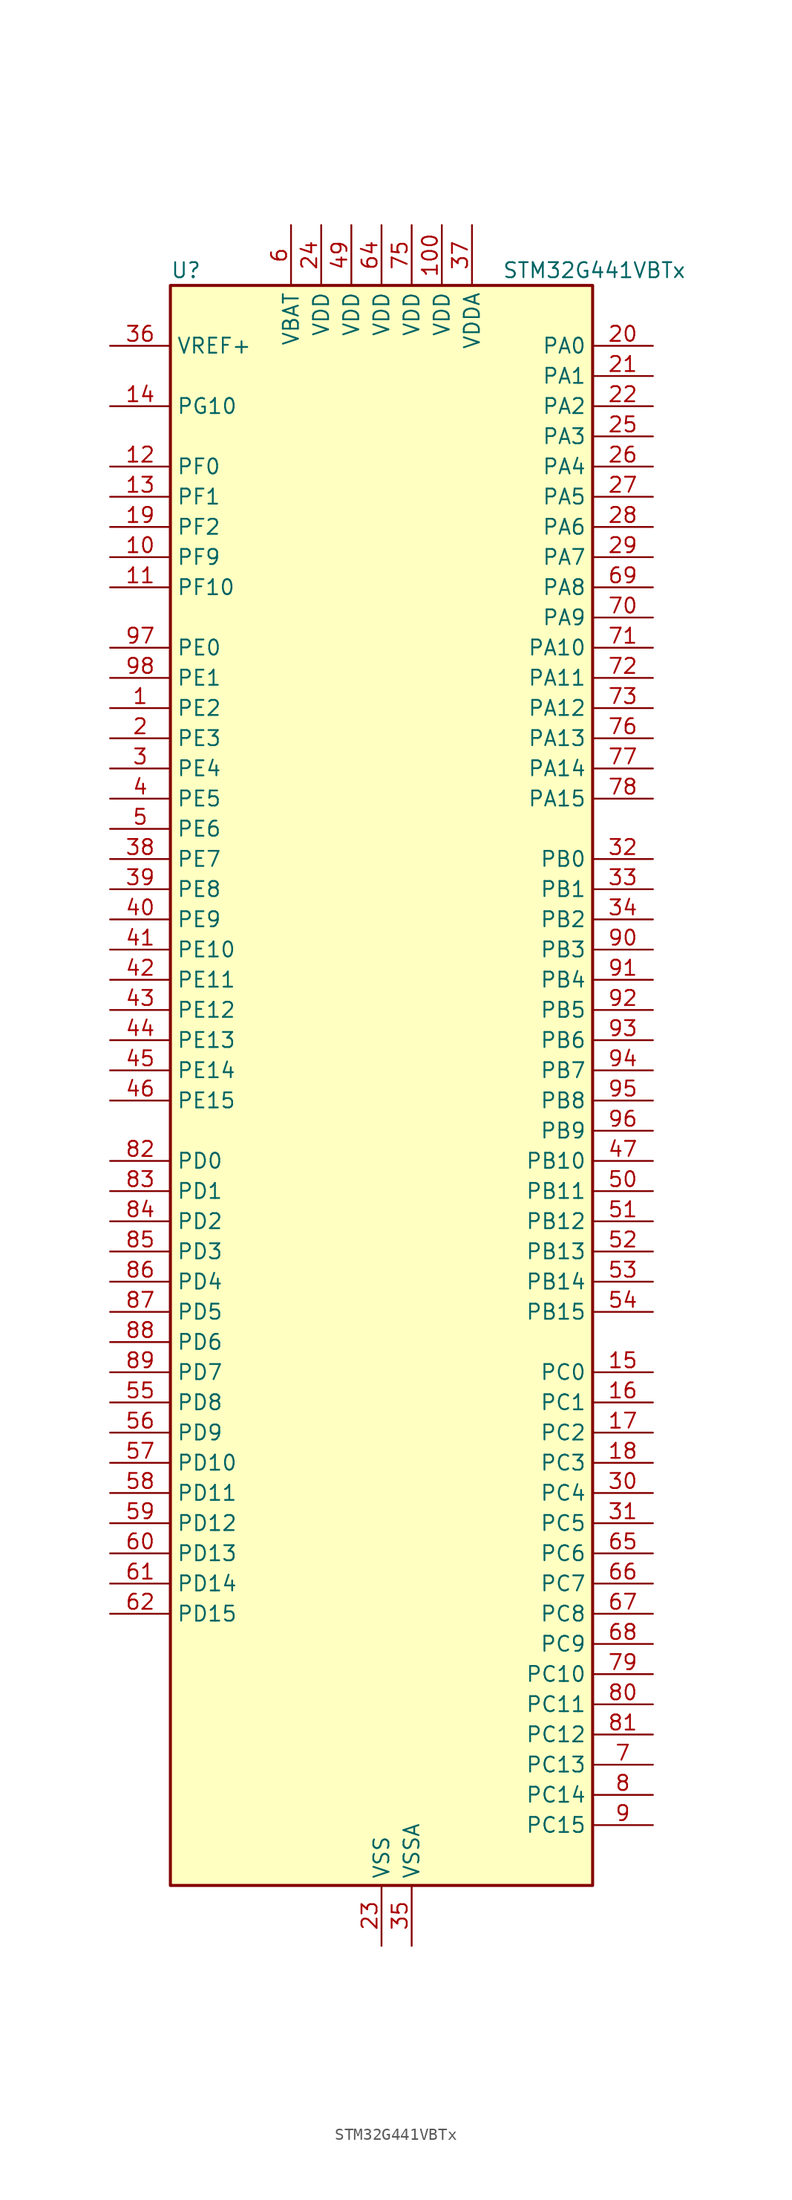
<source format=kicad_sym>
(kicad_symbol_lib
  (version 20241209)
  (generator "kicad_symbol_editor")
  (generator_version "9.0")
  (symbol "STM32G441VBTx"
    (property "Reference" "U"
      (at -17.78 69.85 0)
      (effects (font (size 1.27 1.27)) (justify left)))
    (property "Value" "STM32G441VBTx"
      (at 10.16 69.85 0)
      (effects (font (size 1.27 1.27)) (justify left)))
    (symbol "STM32G441VBTx_0_1"
      (rectangle (start -17.78 -66.04) (end 17.78 68.58) (stroke (width 0.254) (type default)) (fill (type background))))
    (symbol "STM32G441VBTx_1_1"
      (pin input line (at -22.86 63.5 0) (length 5.08) (name "VREF+" (effects (font (size 1.27 1.27)))) (number "36" (effects (font (size 1.27 1.27)))) (alternate "VREFBUF_OUT" bidirectional line))
      (pin bidirectional line (at -22.86 58.42 0) (length 5.08) (name "PG10" (effects (font (size 1.27 1.27)))) (number "14" (effects (font (size 1.27 1.27)))) (alternate "DAC1_EXTI10" bidirectional line) (alternate "DAC3_EXTI10" bidirectional line) (alternate "RCC_MCO" bidirectional line))
      (pin bidirectional line (at -22.86 53.34 0) (length 5.08) (name "PF0" (effects (font (size 1.27 1.27)))) (number "12" (effects (font (size 1.27 1.27)))) (alternate "ADC1_IN10" bidirectional line) (alternate "I2C2_SDA" bidirectional line) (alternate "I2S2_WS" bidirectional line) (alternate "RCC_OSC_IN" bidirectional line) (alternate "SPI2_NSS" bidirectional line) (alternate "TIM1_CH3N" bidirectional line))
      (pin bidirectional line (at -22.86 50.8 0) (length 5.08) (name "PF1" (effects (font (size 1.27 1.27)))) (number "13" (effects (font (size 1.27 1.27)))) (alternate "ADC2_IN10" bidirectional line) (alternate "COMP3_INM" bidirectional line) (alternate "I2S2_CK" bidirectional line) (alternate "RCC_OSC_OUT" bidirectional line) (alternate "SPI2_SCK" bidirectional line))
      (pin bidirectional line (at -22.86 48.26 0) (length 5.08) (name "PF2" (effects (font (size 1.27 1.27)))) (number "19" (effects (font (size 1.27 1.27)))) (alternate "I2C2_SMBA" bidirectional line))
      (pin bidirectional line (at -22.86 45.72 0) (length 5.08) (name "PF9" (effects (font (size 1.27 1.27)))) (number "10" (effects (font (size 1.27 1.27)))) (alternate "DAC1_EXTI9" bidirectional line) (alternate "DAC3_EXTI9" bidirectional line) (alternate "SAI1_FS_B" bidirectional line) (alternate "SPI2_SCK" bidirectional line) (alternate "TIM15_CH1" bidirectional line))
      (pin bidirectional line (at -22.86 43.18 0) (length 5.08) (name "PF10" (effects (font (size 1.27 1.27)))) (number "11" (effects (font (size 1.27 1.27)))) (alternate "DAC1_EXTI10" bidirectional line) (alternate "DAC3_EXTI10" bidirectional line) (alternate "SAI1_D3" bidirectional line) (alternate "SPI2_SCK" bidirectional line) (alternate "TIM15_CH2" bidirectional line))
      (pin bidirectional line (at -22.86 38.1 0) (length 5.08) (name "PE0" (effects (font (size 1.27 1.27)))) (number "97" (effects (font (size 1.27 1.27)))) (alternate "TIM16_CH1" bidirectional line) (alternate "TIM4_ETR" bidirectional line) (alternate "USART1_TX" bidirectional line))
      (pin bidirectional line (at -22.86 35.56 0) (length 5.08) (name "PE1" (effects (font (size 1.27 1.27)))) (number "98" (effects (font (size 1.27 1.27)))) (alternate "TIM17_CH1" bidirectional line) (alternate "USART1_RX" bidirectional line))
      (pin bidirectional line (at -22.86 33.02 0) (length 5.08) (name "PE2" (effects (font (size 1.27 1.27)))) (number "1" (effects (font (size 1.27 1.27)))) (alternate "SAI1_CK1" bidirectional line) (alternate "SAI1_MCLK_A" bidirectional line) (alternate "SYS_TRACECLK" bidirectional line) (alternate "TIM3_CH1" bidirectional line))
      (pin bidirectional line (at -22.86 30.48 0) (length 5.08) (name "PE3" (effects (font (size 1.27 1.27)))) (number "2" (effects (font (size 1.27 1.27)))) (alternate "SAI1_SD_B" bidirectional line) (alternate "SYS_TRACED0" bidirectional line) (alternate "TIM3_CH2" bidirectional line))
      (pin bidirectional line (at -22.86 27.94 0) (length 5.08) (name "PE4" (effects (font (size 1.27 1.27)))) (number "3" (effects (font (size 1.27 1.27)))) (alternate "SAI1_D2" bidirectional line) (alternate "SAI1_FS_A" bidirectional line) (alternate "SYS_TRACED1" bidirectional line) (alternate "TIM3_CH3" bidirectional line))
      (pin bidirectional line (at -22.86 25.4 0) (length 5.08) (name "PE5" (effects (font (size 1.27 1.27)))) (number "4" (effects (font (size 1.27 1.27)))) (alternate "SAI1_CK2" bidirectional line) (alternate "SAI1_SCK_A" bidirectional line) (alternate "SYS_TRACED2" bidirectional line) (alternate "TIM3_CH4" bidirectional line))
      (pin bidirectional line (at -22.86 22.86 0) (length 5.08) (name "PE6" (effects (font (size 1.27 1.27)))) (number "5" (effects (font (size 1.27 1.27)))) (alternate "RTC_TAMP3" bidirectional line) (alternate "SAI1_D1" bidirectional line) (alternate "SAI1_SD_A" bidirectional line) (alternate "SYS_TRACED3" bidirectional line) (alternate "SYS_WKUP3" bidirectional line))
      (pin bidirectional line (at -22.86 20.32 0) (length 5.08) (name "PE7" (effects (font (size 1.27 1.27)))) (number "38" (effects (font (size 1.27 1.27)))) (alternate "COMP4_INP" bidirectional line) (alternate "SAI1_SD_B" bidirectional line) (alternate "TIM1_ETR" bidirectional line))
      (pin bidirectional line (at -22.86 17.78 0) (length 5.08) (name "PE8" (effects (font (size 1.27 1.27)))) (number "39" (effects (font (size 1.27 1.27)))) (alternate "COMP4_INM" bidirectional line) (alternate "SAI1_SCK_B" bidirectional line) (alternate "TIM1_CH1N" bidirectional line))
      (pin bidirectional line (at -22.86 15.24 0) (length 5.08) (name "PE9" (effects (font (size 1.27 1.27)))) (number "40" (effects (font (size 1.27 1.27)))) (alternate "DAC1_EXTI9" bidirectional line) (alternate "DAC3_EXTI9" bidirectional line) (alternate "SAI1_FS_B" bidirectional line) (alternate "TIM1_CH1" bidirectional line))
      (pin bidirectional line (at -22.86 12.7 0) (length 5.08) (name "PE10" (effects (font (size 1.27 1.27)))) (number "41" (effects (font (size 1.27 1.27)))) (alternate "DAC1_EXTI10" bidirectional line) (alternate "DAC3_EXTI10" bidirectional line) (alternate "SAI1_MCLK_B" bidirectional line) (alternate "TIM1_CH2N" bidirectional line))
      (pin bidirectional line (at -22.86 10.16 0) (length 5.08) (name "PE11" (effects (font (size 1.27 1.27)))) (number "42" (effects (font (size 1.27 1.27)))) (alternate "ADC1_EXTI11" bidirectional line) (alternate "ADC2_EXTI11" bidirectional line) (alternate "TIM1_CH2" bidirectional line))
      (pin bidirectional line (at -22.86 7.62 0) (length 5.08) (name "PE12" (effects (font (size 1.27 1.27)))) (number "43" (effects (font (size 1.27 1.27)))) (alternate "TIM1_CH3N" bidirectional line))
      (pin bidirectional line (at -22.86 5.08 0) (length 5.08) (name "PE13" (effects (font (size 1.27 1.27)))) (number "44" (effects (font (size 1.27 1.27)))) (alternate "TIM1_CH3" bidirectional line))
      (pin bidirectional line (at -22.86 2.54 0) (length 5.08) (name "PE14" (effects (font (size 1.27 1.27)))) (number "45" (effects (font (size 1.27 1.27)))) (alternate "TIM1_BKIN2" bidirectional line) (alternate "TIM1_CH4" bidirectional line))
      (pin bidirectional line (at -22.86 0 0) (length 5.08) (name "PE15" (effects (font (size 1.27 1.27)))) (number "46" (effects (font (size 1.27 1.27)))) (alternate "ADC1_EXTI15" bidirectional line) (alternate "ADC2_EXTI15" bidirectional line) (alternate "TIM1_BKIN" bidirectional line) (alternate "TIM1_CH4N" bidirectional line) (alternate "USART3_RX" bidirectional line))
      (pin bidirectional line (at -22.86 -5.08 0) (length 5.08) (name "PD0" (effects (font (size 1.27 1.27)))) (number "82" (effects (font (size 1.27 1.27)))) (alternate "FDCAN1_RX" bidirectional line) (alternate "TIM8_CH4N" bidirectional line))
      (pin bidirectional line (at -22.86 -7.62 0) (length 5.08) (name "PD1" (effects (font (size 1.27 1.27)))) (number "83" (effects (font (size 1.27 1.27)))) (alternate "FDCAN1_TX" bidirectional line) (alternate "TIM8_BKIN2" bidirectional line) (alternate "TIM8_CH4" bidirectional line))
      (pin bidirectional line (at -22.86 -10.16 0) (length 5.08) (name "PD2" (effects (font (size 1.27 1.27)))) (number "84" (effects (font (size 1.27 1.27)))) (alternate "TIM3_ETR" bidirectional line) (alternate "TIM8_BKIN" bidirectional line))
      (pin bidirectional line (at -22.86 -12.7 0) (length 5.08) (name "PD3" (effects (font (size 1.27 1.27)))) (number "85" (effects (font (size 1.27 1.27)))) (alternate "TIM2_CH1" bidirectional line) (alternate "TIM2_ETR" bidirectional line) (alternate "USART2_CTS" bidirectional line) (alternate "USART2_NSS" bidirectional line))
      (pin bidirectional line (at -22.86 -15.24 0) (length 5.08) (name "PD4" (effects (font (size 1.27 1.27)))) (number "86" (effects (font (size 1.27 1.27)))) (alternate "TIM2_CH2" bidirectional line) (alternate "USART2_DE" bidirectional line) (alternate "USART2_RTS" bidirectional line))
      (pin bidirectional line (at -22.86 -17.78 0) (length 5.08) (name "PD5" (effects (font (size 1.27 1.27)))) (number "87" (effects (font (size 1.27 1.27)))) (alternate "USART2_TX" bidirectional line))
      (pin bidirectional line (at -22.86 -20.32 0) (length 5.08) (name "PD6" (effects (font (size 1.27 1.27)))) (number "88" (effects (font (size 1.27 1.27)))) (alternate "SAI1_D1" bidirectional line) (alternate "SAI1_SD_A" bidirectional line) (alternate "TIM2_CH4" bidirectional line) (alternate "USART2_RX" bidirectional line))
      (pin bidirectional line (at -22.86 -22.86 0) (length 5.08) (name "PD7" (effects (font (size 1.27 1.27)))) (number "89" (effects (font (size 1.27 1.27)))) (alternate "TIM2_CH3" bidirectional line) (alternate "USART2_CK" bidirectional line))
      (pin bidirectional line (at -22.86 -25.4 0) (length 5.08) (name "PD8" (effects (font (size 1.27 1.27)))) (number "55" (effects (font (size 1.27 1.27)))) (alternate "USART3_TX" bidirectional line))
      (pin bidirectional line (at -22.86 -27.94 0) (length 5.08) (name "PD9" (effects (font (size 1.27 1.27)))) (number "56" (effects (font (size 1.27 1.27)))) (alternate "DAC1_EXTI9" bidirectional line) (alternate "DAC3_EXTI9" bidirectional line) (alternate "USART3_RX" bidirectional line))
      (pin bidirectional line (at -22.86 -30.48 0) (length 5.08) (name "PD10" (effects (font (size 1.27 1.27)))) (number "57" (effects (font (size 1.27 1.27)))) (alternate "DAC1_EXTI10" bidirectional line) (alternate "DAC3_EXTI10" bidirectional line) (alternate "USART3_CK" bidirectional line))
      (pin bidirectional line (at -22.86 -33.02 0) (length 5.08) (name "PD11" (effects (font (size 1.27 1.27)))) (number "58" (effects (font (size 1.27 1.27)))) (alternate "ADC1_EXTI11" bidirectional line) (alternate "ADC2_EXTI11" bidirectional line) (alternate "USART3_CTS" bidirectional line) (alternate "USART3_NSS" bidirectional line))
      (pin bidirectional line (at -22.86 -35.56 0) (length 5.08) (name "PD12" (effects (font (size 1.27 1.27)))) (number "59" (effects (font (size 1.27 1.27)))) (alternate "TIM4_CH1" bidirectional line) (alternate "USART3_DE" bidirectional line) (alternate "USART3_RTS" bidirectional line))
      (pin bidirectional line (at -22.86 -38.1 0) (length 5.08) (name "PD13" (effects (font (size 1.27 1.27)))) (number "60" (effects (font (size 1.27 1.27)))) (alternate "TIM4_CH2" bidirectional line))
      (pin bidirectional line (at -22.86 -40.64 0) (length 5.08) (name "PD14" (effects (font (size 1.27 1.27)))) (number "61" (effects (font (size 1.27 1.27)))) (alternate "OPAMP2_VINP" bidirectional line) (alternate "OPAMP2_VINP_SEC" bidirectional line) (alternate "TIM4_CH3" bidirectional line))
      (pin bidirectional line (at -22.86 -43.18 0) (length 5.08) (name "PD15" (effects (font (size 1.27 1.27)))) (number "62" (effects (font (size 1.27 1.27)))) (alternate "ADC1_EXTI15" bidirectional line) (alternate "ADC2_EXTI15" bidirectional line) (alternate "SPI2_NSS" bidirectional line) (alternate "TIM4_CH4" bidirectional line))
      (pin power_in line (at -7.62 73.66 270) (length 5.08) (name "VBAT" (effects (font (size 1.27 1.27)))) (number "6" (effects (font (size 1.27 1.27)))))
      (pin power_in line (at -5.08 73.66 270) (length 5.08) (name "VDD" (effects (font (size 1.27 1.27)))) (number "24" (effects (font (size 1.27 1.27)))))
      (pin power_in line (at -2.54 73.66 270) (length 5.08) (name "VDD" (effects (font (size 1.27 1.27)))) (number "49" (effects (font (size 1.27 1.27)))))
      (pin power_in line (at 0 73.66 270) (length 5.08) (name "VDD" (effects (font (size 1.27 1.27)))) (number "64" (effects (font (size 1.27 1.27)))))
      (pin power_in line (at 0 -71.12 90) (length 5.08) (name "VSS" (effects (font (size 1.27 1.27)))) (number "23" (effects (font (size 1.27 1.27)))))
      (pin passive line (at 0 -71.12 90) (length 5.08) (hide yes) (name "VSS" (effects (font (size 1.27 1.27)))) (number "48" (effects (font (size 1.27 1.27)))))
      (pin passive line (at 0 -71.12 90) (length 5.08) (hide yes) (name "VSS" (effects (font (size 1.27 1.27)))) (number "63" (effects (font (size 1.27 1.27)))))
      (pin passive line (at 0 -71.12 90) (length 5.08) (hide yes) (name "VSS" (effects (font (size 1.27 1.27)))) (number "74" (effects (font (size 1.27 1.27)))))
      (pin passive line (at 0 -71.12 90) (length 5.08) (hide yes) (name "VSS" (effects (font (size 1.27 1.27)))) (number "99" (effects (font (size 1.27 1.27)))))
      (pin power_in line (at 2.54 73.66 270) (length 5.08) (name "VDD" (effects (font (size 1.27 1.27)))) (number "75" (effects (font (size 1.27 1.27)))))
      (pin power_in line (at 2.54 -71.12 90) (length 5.08) (name "VSSA" (effects (font (size 1.27 1.27)))) (number "35" (effects (font (size 1.27 1.27)))))
      (pin power_in line (at 5.08 73.66 270) (length 5.08) (name "VDD" (effects (font (size 1.27 1.27)))) (number "100" (effects (font (size 1.27 1.27)))))
      (pin power_in line (at 7.62 73.66 270) (length 5.08) (name "VDDA" (effects (font (size 1.27 1.27)))) (number "37" (effects (font (size 1.27 1.27)))))
      (pin bidirectional line (at 22.86 63.5 180) (length 5.08) (name "PA0" (effects (font (size 1.27 1.27)))) (number "20" (effects (font (size 1.27 1.27)))) (alternate "ADC1_IN1" bidirectional line) (alternate "ADC2_IN1" bidirectional line) (alternate "COMP1_INM" bidirectional line) (alternate "COMP1_OUT" bidirectional line) (alternate "COMP3_INP" bidirectional line) (alternate "RTC_TAMP2" bidirectional line) (alternate "SYS_WKUP1" bidirectional line) (alternate "TIM2_CH1" bidirectional line) (alternate "TIM2_ETR" bidirectional line) (alternate "TIM8_BKIN" bidirectional line) (alternate "TIM8_ETR" bidirectional line) (alternate "USART2_CTS" bidirectional line) (alternate "USART2_NSS" bidirectional line))
      (pin bidirectional line (at 22.86 60.96 180) (length 5.08) (name "PA1" (effects (font (size 1.27 1.27)))) (number "21" (effects (font (size 1.27 1.27)))) (alternate "ADC1_IN2" bidirectional line) (alternate "ADC2_IN2" bidirectional line) (alternate "COMP1_INP" bidirectional line) (alternate "OPAMP1_VINP" bidirectional line) (alternate "OPAMP1_VINP_SEC" bidirectional line) (alternate "OPAMP3_VINP" bidirectional line) (alternate "OPAMP3_VINP_SEC" bidirectional line) (alternate "RTC_REFIN" bidirectional line) (alternate "TIM15_CH1N" bidirectional line) (alternate "TIM2_CH2" bidirectional line) (alternate "USART2_DE" bidirectional line) (alternate "USART2_RTS" bidirectional line))
      (pin bidirectional line (at 22.86 58.42 180) (length 5.08) (name "PA2" (effects (font (size 1.27 1.27)))) (number "22" (effects (font (size 1.27 1.27)))) (alternate "ADC1_IN3" bidirectional line) (alternate "COMP2_INM" bidirectional line) (alternate "COMP2_OUT" bidirectional line) (alternate "LPUART1_TX" bidirectional line) (alternate "OPAMP1_VOUT" bidirectional line) (alternate "RCC_LSCO" bidirectional line) (alternate "SYS_WKUP4" bidirectional line) (alternate "TIM15_CH1" bidirectional line) (alternate "TIM2_CH3" bidirectional line) (alternate "UCPD1_FRSTX1" bidirectional line) (alternate "UCPD1_FRSTX2" bidirectional line) (alternate "USART2_TX" bidirectional line))
      (pin bidirectional line (at 22.86 55.88 180) (length 5.08) (name "PA3" (effects (font (size 1.27 1.27)))) (number "25" (effects (font (size 1.27 1.27)))) (alternate "ADC1_IN4" bidirectional line) (alternate "COMP2_INP" bidirectional line) (alternate "LPUART1_RX" bidirectional line) (alternate "OPAMP1_VINM" bidirectional line) (alternate "OPAMP1_VINM0" bidirectional line) (alternate "OPAMP1_VINM_SEC" bidirectional line) (alternate "OPAMP1_VINP" bidirectional line) (alternate "OPAMP1_VINP_SEC" bidirectional line) (alternate "SAI1_CK1" bidirectional line) (alternate "SAI1_MCLK_A" bidirectional line) (alternate "TIM15_CH2" bidirectional line) (alternate "TIM2_CH4" bidirectional line) (alternate "USART2_RX" bidirectional line))
      (pin bidirectional line (at 22.86 53.34 180) (length 5.08) (name "PA4" (effects (font (size 1.27 1.27)))) (number "26" (effects (font (size 1.27 1.27)))) (alternate "ADC2_IN17" bidirectional line) (alternate "COMP1_INM" bidirectional line) (alternate "DAC1_OUT1" bidirectional line) (alternate "I2S3_WS" bidirectional line) (alternate "SAI1_FS_B" bidirectional line) (alternate "SPI1_NSS" bidirectional line) (alternate "SPI3_NSS" bidirectional line) (alternate "TIM3_CH2" bidirectional line) (alternate "USART2_CK" bidirectional line))
      (pin bidirectional line (at 22.86 50.8 180) (length 5.08) (name "PA5" (effects (font (size 1.27 1.27)))) (number "27" (effects (font (size 1.27 1.27)))) (alternate "ADC2_IN13" bidirectional line) (alternate "COMP2_INM" bidirectional line) (alternate "DAC1_OUT2" bidirectional line) (alternate "OPAMP2_VINM" bidirectional line) (alternate "OPAMP2_VINM0" bidirectional line) (alternate "OPAMP2_VINM_SEC" bidirectional line) (alternate "SPI1_SCK" bidirectional line) (alternate "TIM2_CH1" bidirectional line) (alternate "TIM2_ETR" bidirectional line) (alternate "UCPD1_FRSTX1" bidirectional line) (alternate "UCPD1_FRSTX2" bidirectional line))
      (pin bidirectional line (at 22.86 48.26 180) (length 5.08) (name "PA6" (effects (font (size 1.27 1.27)))) (number "28" (effects (font (size 1.27 1.27)))) (alternate "ADC2_IN3" bidirectional line) (alternate "COMP1_OUT" bidirectional line) (alternate "LPUART1_CTS" bidirectional line) (alternate "OPAMP2_VOUT" bidirectional line) (alternate "SPI1_MISO" bidirectional line) (alternate "TIM16_CH1" bidirectional line) (alternate "TIM1_BKIN" bidirectional line) (alternate "TIM3_CH1" bidirectional line) (alternate "TIM8_BKIN" bidirectional line))
      (pin bidirectional line (at 22.86 45.72 180) (length 5.08) (name "PA7" (effects (font (size 1.27 1.27)))) (number "29" (effects (font (size 1.27 1.27)))) (alternate "ADC2_IN4" bidirectional line) (alternate "COMP2_INP" bidirectional line) (alternate "COMP2_OUT" bidirectional line) (alternate "OPAMP1_VINP" bidirectional line) (alternate "OPAMP1_VINP_SEC" bidirectional line) (alternate "OPAMP2_VINP" bidirectional line) (alternate "OPAMP2_VINP_SEC" bidirectional line) (alternate "SPI1_MOSI" bidirectional line) (alternate "TIM17_CH1" bidirectional line) (alternate "TIM1_CH1N" bidirectional line) (alternate "TIM3_CH2" bidirectional line) (alternate "TIM8_CH1N" bidirectional line) (alternate "UCPD1_FRSTX1" bidirectional line) (alternate "UCPD1_FRSTX2" bidirectional line))
      (pin bidirectional line (at 22.86 43.18 180) (length 5.08) (name "PA8" (effects (font (size 1.27 1.27)))) (number "69" (effects (font (size 1.27 1.27)))) (alternate "I2C2_SDA" bidirectional line) (alternate "I2C3_SCL" bidirectional line) (alternate "I2S2_MCK" bidirectional line) (alternate "RCC_MCO" bidirectional line) (alternate "SAI1_CK2" bidirectional line) (alternate "SAI1_SCK_A" bidirectional line) (alternate "TIM1_CH1" bidirectional line) (alternate "TIM4_ETR" bidirectional line) (alternate "USART1_CK" bidirectional line))
      (pin bidirectional line (at 22.86 40.64 180) (length 5.08) (name "PA9" (effects (font (size 1.27 1.27)))) (number "70" (effects (font (size 1.27 1.27)))) (alternate "DAC1_EXTI9" bidirectional line) (alternate "DAC3_EXTI9" bidirectional line) (alternate "I2C2_SCL" bidirectional line) (alternate "I2C3_SMBA" bidirectional line) (alternate "I2S3_MCK" bidirectional line) (alternate "SAI1_FS_A" bidirectional line) (alternate "TIM15_BKIN" bidirectional line) (alternate "TIM1_CH2" bidirectional line) (alternate "TIM2_CH3" bidirectional line) (alternate "UCPD1_DBCC1" bidirectional line) (alternate "USART1_TX" bidirectional line))
      (pin bidirectional line (at 22.86 38.1 180) (length 5.08) (name "PA10" (effects (font (size 1.27 1.27)))) (number "71" (effects (font (size 1.27 1.27)))) (alternate "CRS_SYNC" bidirectional line) (alternate "DAC1_EXTI10" bidirectional line) (alternate "DAC3_EXTI10" bidirectional line) (alternate "I2C2_SMBA" bidirectional line) (alternate "SAI1_D1" bidirectional line) (alternate "SAI1_SD_A" bidirectional line) (alternate "SPI2_MISO" bidirectional line) (alternate "TIM17_BKIN" bidirectional line) (alternate "TIM1_CH3" bidirectional line) (alternate "TIM2_CH4" bidirectional line) (alternate "TIM8_BKIN" bidirectional line) (alternate "UCPD1_DBCC2" bidirectional line) (alternate "USART1_RX" bidirectional line))
      (pin bidirectional line (at 22.86 35.56 180) (length 5.08) (name "PA11" (effects (font (size 1.27 1.27)))) (number "72" (effects (font (size 1.27 1.27)))) (alternate "ADC1_EXTI11" bidirectional line) (alternate "ADC2_EXTI11" bidirectional line) (alternate "COMP1_OUT" bidirectional line) (alternate "FDCAN1_RX" bidirectional line) (alternate "I2S2_SD" bidirectional line) (alternate "SPI2_MOSI" bidirectional line) (alternate "TIM1_BKIN2" bidirectional line) (alternate "TIM1_CH1N" bidirectional line) (alternate "TIM1_CH4" bidirectional line) (alternate "TIM4_CH1" bidirectional line) (alternate "USART1_CTS" bidirectional line) (alternate "USART1_NSS" bidirectional line) (alternate "USB_DM" bidirectional line))
      (pin bidirectional line (at 22.86 33.02 180) (length 5.08) (name "PA12" (effects (font (size 1.27 1.27)))) (number "73" (effects (font (size 1.27 1.27)))) (alternate "COMP2_OUT" bidirectional line) (alternate "FDCAN1_TX" bidirectional line) (alternate "I2S_CKIN" bidirectional line) (alternate "TIM16_CH1" bidirectional line) (alternate "TIM1_CH2N" bidirectional line) (alternate "TIM1_ETR" bidirectional line) (alternate "TIM4_CH2" bidirectional line) (alternate "USART1_DE" bidirectional line) (alternate "USART1_RTS" bidirectional line) (alternate "USB_DP" bidirectional line))
      (pin bidirectional line (at 22.86 30.48 180) (length 5.08) (name "PA13" (effects (font (size 1.27 1.27)))) (number "76" (effects (font (size 1.27 1.27)))) (alternate "I2C1_SCL" bidirectional line) (alternate "IR_OUT" bidirectional line) (alternate "SAI1_SD_B" bidirectional line) (alternate "SYS_JTMS-SWDIO" bidirectional line) (alternate "TIM16_CH1N" bidirectional line) (alternate "TIM4_CH3" bidirectional line) (alternate "USART3_CTS" bidirectional line) (alternate "USART3_NSS" bidirectional line))
      (pin bidirectional line (at 22.86 27.94 180) (length 5.08) (name "PA14" (effects (font (size 1.27 1.27)))) (number "77" (effects (font (size 1.27 1.27)))) (alternate "I2C1_SDA" bidirectional line) (alternate "LPTIM1_OUT" bidirectional line) (alternate "SAI1_FS_B" bidirectional line) (alternate "SYS_JTCK-SWCLK" bidirectional line) (alternate "TIM1_BKIN" bidirectional line) (alternate "TIM8_CH2" bidirectional line) (alternate "USART2_TX" bidirectional line))
      (pin bidirectional line (at 22.86 25.4 180) (length 5.08) (name "PA15" (effects (font (size 1.27 1.27)))) (number "78" (effects (font (size 1.27 1.27)))) (alternate "ADC1_EXTI15" bidirectional line) (alternate "ADC2_EXTI15" bidirectional line) (alternate "I2C1_SCL" bidirectional line) (alternate "I2S3_WS" bidirectional line) (alternate "SPI1_NSS" bidirectional line) (alternate "SPI3_NSS" bidirectional line) (alternate "SYS_JTDI" bidirectional line) (alternate "TIM1_BKIN" bidirectional line) (alternate "TIM2_CH1" bidirectional line) (alternate "TIM2_ETR" bidirectional line) (alternate "TIM8_CH1" bidirectional line) (alternate "UART4_DE" bidirectional line) (alternate "UART4_RTS" bidirectional line) (alternate "USART2_RX" bidirectional line))
      (pin bidirectional line (at 22.86 20.32 180) (length 5.08) (name "PB0" (effects (font (size 1.27 1.27)))) (number "32" (effects (font (size 1.27 1.27)))) (alternate "ADC1_IN15" bidirectional line) (alternate "COMP4_INP" bidirectional line) (alternate "OPAMP2_VINP" bidirectional line) (alternate "OPAMP2_VINP_SEC" bidirectional line) (alternate "OPAMP3_VINP" bidirectional line) (alternate "OPAMP3_VINP_SEC" bidirectional line) (alternate "TIM1_CH2N" bidirectional line) (alternate "TIM3_CH3" bidirectional line) (alternate "TIM8_CH2N" bidirectional line) (alternate "UCPD1_FRSTX1" bidirectional line) (alternate "UCPD1_FRSTX2" bidirectional line))
      (pin bidirectional line (at 22.86 17.78 180) (length 5.08) (name "PB1" (effects (font (size 1.27 1.27)))) (number "33" (effects (font (size 1.27 1.27)))) (alternate "ADC1_IN12" bidirectional line) (alternate "COMP1_INP" bidirectional line) (alternate "COMP4_OUT" bidirectional line) (alternate "LPUART1_DE" bidirectional line) (alternate "LPUART1_RTS" bidirectional line) (alternate "OPAMP3_VOUT" bidirectional line) (alternate "TIM1_CH3N" bidirectional line) (alternate "TIM3_CH4" bidirectional line) (alternate "TIM8_CH3N" bidirectional line))
      (pin bidirectional line (at 22.86 15.24 180) (length 5.08) (name "PB2" (effects (font (size 1.27 1.27)))) (number "34" (effects (font (size 1.27 1.27)))) (alternate "ADC2_IN12" bidirectional line) (alternate "COMP4_INM" bidirectional line) (alternate "I2C3_SMBA" bidirectional line) (alternate "LPTIM1_OUT" bidirectional line) (alternate "OPAMP3_VINM" bidirectional line) (alternate "OPAMP3_VINM0" bidirectional line) (alternate "OPAMP3_VINM_SEC" bidirectional line) (alternate "RTC_OUT2" bidirectional line))
      (pin bidirectional line (at 22.86 12.7 180) (length 5.08) (name "PB3" (effects (font (size 1.27 1.27)))) (number "90" (effects (font (size 1.27 1.27)))) (alternate "CRS_SYNC" bidirectional line) (alternate "I2S3_CK" bidirectional line) (alternate "SAI1_SCK_B" bidirectional line) (alternate "SPI1_SCK" bidirectional line) (alternate "SPI3_SCK" bidirectional line) (alternate "SYS_JTDO-SWO" bidirectional line) (alternate "TIM2_CH2" bidirectional line) (alternate "TIM3_ETR" bidirectional line) (alternate "TIM4_ETR" bidirectional line) (alternate "TIM8_CH1N" bidirectional line) (alternate "USART2_TX" bidirectional line))
      (pin bidirectional line (at 22.86 10.16 180) (length 5.08) (name "PB4" (effects (font (size 1.27 1.27)))) (number "91" (effects (font (size 1.27 1.27)))) (alternate "SAI1_MCLK_B" bidirectional line) (alternate "SPI1_MISO" bidirectional line) (alternate "SPI3_MISO" bidirectional line) (alternate "SYS_JTRST" bidirectional line) (alternate "TIM16_CH1" bidirectional line) (alternate "TIM17_BKIN" bidirectional line) (alternate "TIM3_CH1" bidirectional line) (alternate "TIM8_CH2N" bidirectional line) (alternate "UCPD1_CC2" bidirectional line) (alternate "USART2_RX" bidirectional line))
      (pin bidirectional line (at 22.86 7.62 180) (length 5.08) (name "PB5" (effects (font (size 1.27 1.27)))) (number "92" (effects (font (size 1.27 1.27)))) (alternate "I2C1_SMBA" bidirectional line) (alternate "I2C3_SDA" bidirectional line) (alternate "I2S3_SD" bidirectional line) (alternate "LPTIM1_IN1" bidirectional line) (alternate "SAI1_SD_B" bidirectional line) (alternate "SPI1_MOSI" bidirectional line) (alternate "SPI3_MOSI" bidirectional line) (alternate "TIM16_BKIN" bidirectional line) (alternate "TIM17_CH1" bidirectional line) (alternate "TIM3_CH2" bidirectional line) (alternate "TIM8_CH3N" bidirectional line) (alternate "USART2_CK" bidirectional line))
      (pin bidirectional line (at 22.86 5.08 180) (length 5.08) (name "PB6" (effects (font (size 1.27 1.27)))) (number "93" (effects (font (size 1.27 1.27)))) (alternate "COMP4_OUT" bidirectional line) (alternate "LPTIM1_ETR" bidirectional line) (alternate "SAI1_FS_B" bidirectional line) (alternate "TIM16_CH1N" bidirectional line) (alternate "TIM4_CH1" bidirectional line) (alternate "TIM8_BKIN2" bidirectional line) (alternate "TIM8_CH1" bidirectional line) (alternate "TIM8_ETR" bidirectional line) (alternate "UCPD1_CC1" bidirectional line) (alternate "USART1_TX" bidirectional line))
      (pin bidirectional line (at 22.86 2.54 180) (length 5.08) (name "PB7" (effects (font (size 1.27 1.27)))) (number "94" (effects (font (size 1.27 1.27)))) (alternate "COMP3_OUT" bidirectional line) (alternate "I2C1_SDA" bidirectional line) (alternate "LPTIM1_IN2" bidirectional line) (alternate "SYS_PVD_IN" bidirectional line) (alternate "TIM17_CH1N" bidirectional line) (alternate "TIM3_CH4" bidirectional line) (alternate "TIM4_CH2" bidirectional line) (alternate "TIM8_BKIN" bidirectional line) (alternate "UART4_CTS" bidirectional line) (alternate "USART1_RX" bidirectional line))
      (pin bidirectional line (at 22.86 0 180) (length 5.08) (name "PB8" (effects (font (size 1.27 1.27)))) (number "95" (effects (font (size 1.27 1.27)))) (alternate "COMP1_OUT" bidirectional line) (alternate "FDCAN1_RX" bidirectional line) (alternate "I2C1_SCL" bidirectional line) (alternate "SAI1_CK1" bidirectional line) (alternate "SAI1_MCLK_A" bidirectional line) (alternate "TIM16_CH1" bidirectional line) (alternate "TIM1_BKIN" bidirectional line) (alternate "TIM4_CH3" bidirectional line) (alternate "TIM8_CH2" bidirectional line) (alternate "USART3_RX" bidirectional line))
      (pin bidirectional line (at 22.86 -2.54 180) (length 5.08) (name "PB9" (effects (font (size 1.27 1.27)))) (number "96" (effects (font (size 1.27 1.27)))) (alternate "COMP2_OUT" bidirectional line) (alternate "DAC1_EXTI9" bidirectional line) (alternate "DAC3_EXTI9" bidirectional line) (alternate "FDCAN1_TX" bidirectional line) (alternate "I2C1_SDA" bidirectional line) (alternate "IR_OUT" bidirectional line) (alternate "SAI1_D2" bidirectional line) (alternate "SAI1_FS_A" bidirectional line) (alternate "TIM17_CH1" bidirectional line) (alternate "TIM1_CH3N" bidirectional line) (alternate "TIM4_CH4" bidirectional line) (alternate "TIM8_CH3" bidirectional line) (alternate "USART3_TX" bidirectional line))
      (pin bidirectional line (at 22.86 -5.08 180) (length 5.08) (name "PB10" (effects (font (size 1.27 1.27)))) (number "47" (effects (font (size 1.27 1.27)))) (alternate "DAC1_EXTI10" bidirectional line) (alternate "DAC3_EXTI10" bidirectional line) (alternate "LPUART1_RX" bidirectional line) (alternate "OPAMP3_VINM" bidirectional line) (alternate "OPAMP3_VINM1" bidirectional line) (alternate "OPAMP3_VINM_SEC" bidirectional line) (alternate "SAI1_SCK_A" bidirectional line) (alternate "TIM1_BKIN" bidirectional line) (alternate "TIM2_CH3" bidirectional line) (alternate "USART3_TX" bidirectional line))
      (pin bidirectional line (at 22.86 -7.62 180) (length 5.08) (name "PB11" (effects (font (size 1.27 1.27)))) (number "50" (effects (font (size 1.27 1.27)))) (alternate "ADC1_EXTI11" bidirectional line) (alternate "ADC1_IN14" bidirectional line) (alternate "ADC2_EXTI11" bidirectional line) (alternate "ADC2_IN14" bidirectional line) (alternate "LPUART1_TX" bidirectional line) (alternate "TIM2_CH4" bidirectional line) (alternate "USART3_RX" bidirectional line))
      (pin bidirectional line (at 22.86 -10.16 180) (length 5.08) (name "PB12" (effects (font (size 1.27 1.27)))) (number "51" (effects (font (size 1.27 1.27)))) (alternate "ADC1_IN11" bidirectional line) (alternate "I2C2_SMBA" bidirectional line) (alternate "I2S2_WS" bidirectional line) (alternate "LPUART1_DE" bidirectional line) (alternate "LPUART1_RTS" bidirectional line) (alternate "SPI2_NSS" bidirectional line) (alternate "TIM1_BKIN" bidirectional line) (alternate "USART3_CK" bidirectional line))
      (pin bidirectional line (at 22.86 -12.7 180) (length 5.08) (name "PB13" (effects (font (size 1.27 1.27)))) (number "52" (effects (font (size 1.27 1.27)))) (alternate "I2S2_CK" bidirectional line) (alternate "LPUART1_CTS" bidirectional line) (alternate "OPAMP3_VINP" bidirectional line) (alternate "OPAMP3_VINP_SEC" bidirectional line) (alternate "SPI2_SCK" bidirectional line) (alternate "TIM1_CH1N" bidirectional line) (alternate "USART3_CTS" bidirectional line) (alternate "USART3_NSS" bidirectional line))
      (pin bidirectional line (at 22.86 -15.24 180) (length 5.08) (name "PB14" (effects (font (size 1.27 1.27)))) (number "53" (effects (font (size 1.27 1.27)))) (alternate "ADC1_IN5" bidirectional line) (alternate "COMP4_OUT" bidirectional line) (alternate "OPAMP2_VINP" bidirectional line) (alternate "OPAMP2_VINP_SEC" bidirectional line) (alternate "SPI2_MISO" bidirectional line) (alternate "TIM15_CH1" bidirectional line) (alternate "TIM1_CH2N" bidirectional line) (alternate "USART3_DE" bidirectional line) (alternate "USART3_RTS" bidirectional line))
      (pin bidirectional line (at 22.86 -17.78 180) (length 5.08) (name "PB15" (effects (font (size 1.27 1.27)))) (number "54" (effects (font (size 1.27 1.27)))) (alternate "ADC1_EXTI15" bidirectional line) (alternate "ADC2_EXTI15" bidirectional line) (alternate "ADC2_IN15" bidirectional line) (alternate "COMP3_OUT" bidirectional line) (alternate "I2S2_SD" bidirectional line) (alternate "RTC_REFIN" bidirectional line) (alternate "SPI2_MOSI" bidirectional line) (alternate "TIM15_CH1N" bidirectional line) (alternate "TIM15_CH2" bidirectional line) (alternate "TIM1_CH3N" bidirectional line))
      (pin bidirectional line (at 22.86 -22.86 180) (length 5.08) (name "PC0" (effects (font (size 1.27 1.27)))) (number "15" (effects (font (size 1.27 1.27)))) (alternate "ADC1_IN6" bidirectional line) (alternate "ADC2_IN6" bidirectional line) (alternate "COMP3_INM" bidirectional line) (alternate "LPTIM1_IN1" bidirectional line) (alternate "LPUART1_RX" bidirectional line) (alternate "TIM1_CH1" bidirectional line))
      (pin bidirectional line (at 22.86 -25.4 180) (length 5.08) (name "PC1" (effects (font (size 1.27 1.27)))) (number "16" (effects (font (size 1.27 1.27)))) (alternate "ADC1_IN7" bidirectional line) (alternate "ADC2_IN7" bidirectional line) (alternate "COMP3_INP" bidirectional line) (alternate "LPTIM1_OUT" bidirectional line) (alternate "LPUART1_TX" bidirectional line) (alternate "SAI1_SD_A" bidirectional line) (alternate "TIM1_CH2" bidirectional line))
      (pin bidirectional line (at 22.86 -27.94 180) (length 5.08) (name "PC2" (effects (font (size 1.27 1.27)))) (number "17" (effects (font (size 1.27 1.27)))) (alternate "ADC1_IN8" bidirectional line) (alternate "ADC2_IN8" bidirectional line) (alternate "COMP3_OUT" bidirectional line) (alternate "LPTIM1_IN2" bidirectional line) (alternate "TIM1_CH3" bidirectional line))
      (pin bidirectional line (at 22.86 -30.48 180) (length 5.08) (name "PC3" (effects (font (size 1.27 1.27)))) (number "18" (effects (font (size 1.27 1.27)))) (alternate "ADC1_IN9" bidirectional line) (alternate "ADC2_IN9" bidirectional line) (alternate "LPTIM1_ETR" bidirectional line) (alternate "SAI1_D1" bidirectional line) (alternate "SAI1_SD_A" bidirectional line) (alternate "TIM1_BKIN2" bidirectional line) (alternate "TIM1_CH4" bidirectional line))
      (pin bidirectional line (at 22.86 -33.02 180) (length 5.08) (name "PC4" (effects (font (size 1.27 1.27)))) (number "30" (effects (font (size 1.27 1.27)))) (alternate "ADC2_IN5" bidirectional line) (alternate "I2C2_SCL" bidirectional line) (alternate "TIM1_ETR" bidirectional line) (alternate "USART1_TX" bidirectional line))
      (pin bidirectional line (at 22.86 -35.56 180) (length 5.08) (name "PC5" (effects (font (size 1.27 1.27)))) (number "31" (effects (font (size 1.27 1.27)))) (alternate "ADC2_IN11" bidirectional line) (alternate "OPAMP1_VINM" bidirectional line) (alternate "OPAMP1_VINM1" bidirectional line) (alternate "OPAMP1_VINM_SEC" bidirectional line) (alternate "OPAMP2_VINM" bidirectional line) (alternate "OPAMP2_VINM1" bidirectional line) (alternate "OPAMP2_VINM_SEC" bidirectional line) (alternate "SAI1_D3" bidirectional line) (alternate "SYS_WKUP5" bidirectional line) (alternate "TIM15_BKIN" bidirectional line) (alternate "TIM1_CH4N" bidirectional line) (alternate "USART1_RX" bidirectional line))
      (pin bidirectional line (at 22.86 -38.1 180) (length 5.08) (name "PC6" (effects (font (size 1.27 1.27)))) (number "65" (effects (font (size 1.27 1.27)))) (alternate "I2S2_MCK" bidirectional line) (alternate "TIM3_CH1" bidirectional line) (alternate "TIM8_CH1" bidirectional line))
      (pin bidirectional line (at 22.86 -40.64 180) (length 5.08) (name "PC7" (effects (font (size 1.27 1.27)))) (number "66" (effects (font (size 1.27 1.27)))) (alternate "I2S3_MCK" bidirectional line) (alternate "TIM3_CH2" bidirectional line) (alternate "TIM8_CH2" bidirectional line))
      (pin bidirectional line (at 22.86 -43.18 180) (length 5.08) (name "PC8" (effects (font (size 1.27 1.27)))) (number "67" (effects (font (size 1.27 1.27)))) (alternate "I2C3_SCL" bidirectional line) (alternate "TIM3_CH3" bidirectional line) (alternate "TIM8_CH3" bidirectional line))
      (pin bidirectional line (at 22.86 -45.72 180) (length 5.08) (name "PC9" (effects (font (size 1.27 1.27)))) (number "68" (effects (font (size 1.27 1.27)))) (alternate "DAC1_EXTI9" bidirectional line) (alternate "DAC3_EXTI9" bidirectional line) (alternate "I2C3_SDA" bidirectional line) (alternate "I2S_CKIN" bidirectional line) (alternate "TIM3_CH4" bidirectional line) (alternate "TIM8_BKIN2" bidirectional line) (alternate "TIM8_CH4" bidirectional line))
      (pin bidirectional line (at 22.86 -48.26 180) (length 5.08) (name "PC10" (effects (font (size 1.27 1.27)))) (number "79" (effects (font (size 1.27 1.27)))) (alternate "DAC1_EXTI10" bidirectional line) (alternate "DAC3_EXTI10" bidirectional line) (alternate "I2S3_CK" bidirectional line) (alternate "SPI3_SCK" bidirectional line) (alternate "TIM8_CH1N" bidirectional line) (alternate "UART4_TX" bidirectional line) (alternate "USART3_TX" bidirectional line))
      (pin bidirectional line (at 22.86 -50.8 180) (length 5.08) (name "PC11" (effects (font (size 1.27 1.27)))) (number "80" (effects (font (size 1.27 1.27)))) (alternate "ADC1_EXTI11" bidirectional line) (alternate "ADC2_EXTI11" bidirectional line) (alternate "I2C3_SDA" bidirectional line) (alternate "SPI3_MISO" bidirectional line) (alternate "TIM8_CH2N" bidirectional line) (alternate "UART4_RX" bidirectional line) (alternate "USART3_RX" bidirectional line))
      (pin bidirectional line (at 22.86 -53.34 180) (length 5.08) (name "PC12" (effects (font (size 1.27 1.27)))) (number "81" (effects (font (size 1.27 1.27)))) (alternate "I2S3_SD" bidirectional line) (alternate "SPI3_MOSI" bidirectional line) (alternate "TIM8_CH3N" bidirectional line) (alternate "UCPD1_FRSTX1" bidirectional line) (alternate "UCPD1_FRSTX2" bidirectional line) (alternate "USART3_CK" bidirectional line))
      (pin bidirectional line (at 22.86 -55.88 180) (length 5.08) (name "PC13" (effects (font (size 1.27 1.27)))) (number "7" (effects (font (size 1.27 1.27)))) (alternate "RTC_OUT1" bidirectional line) (alternate "RTC_TAMP1" bidirectional line) (alternate "RTC_TS" bidirectional line) (alternate "SYS_WKUP2" bidirectional line) (alternate "TIM1_BKIN" bidirectional line) (alternate "TIM1_CH1N" bidirectional line) (alternate "TIM8_CH4N" bidirectional line))
      (pin bidirectional line (at 22.86 -58.42 180) (length 5.08) (name "PC14" (effects (font (size 1.27 1.27)))) (number "8" (effects (font (size 1.27 1.27)))) (alternate "RCC_OSC32_IN" bidirectional line))
      (pin bidirectional line (at 22.86 -60.96 180) (length 5.08) (name "PC15" (effects (font (size 1.27 1.27)))) (number "9" (effects (font (size 1.27 1.27)))) (alternate "ADC1_EXTI15" bidirectional line) (alternate "ADC2_EXTI15" bidirectional line) (alternate "RCC_OSC32_OUT" bidirectional line)))))
</source>
